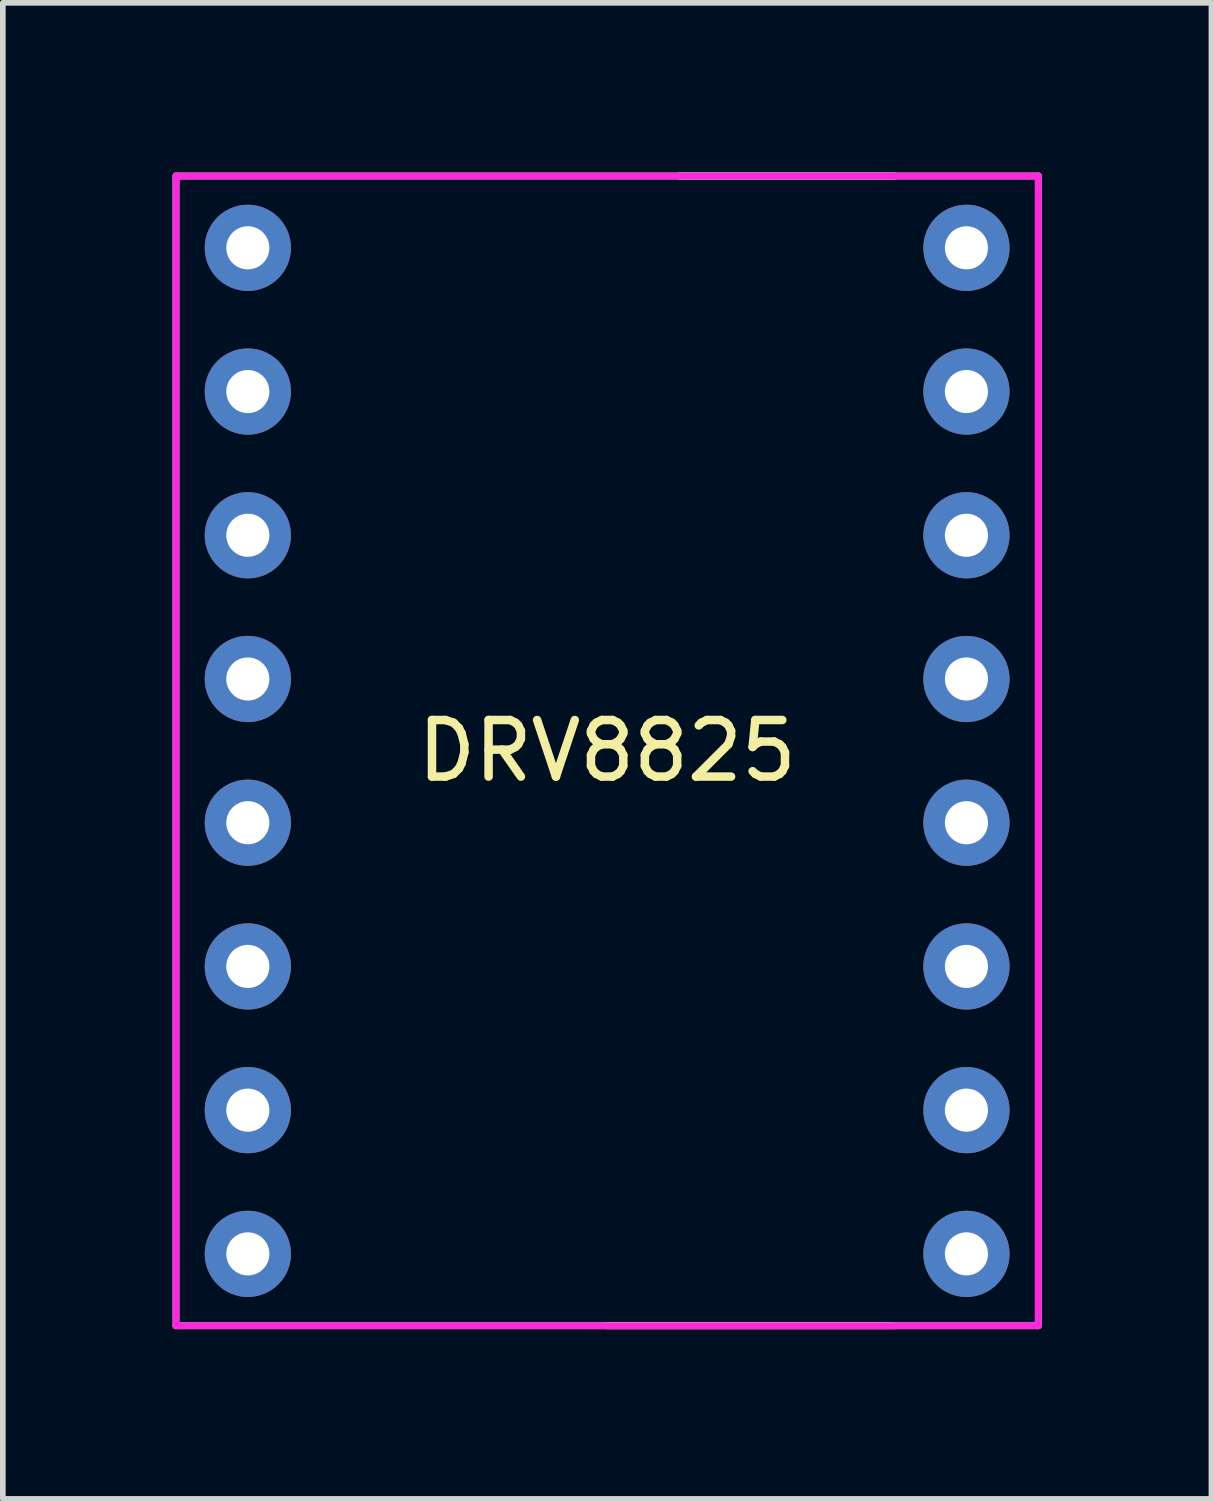
<source format=kicad_pcb>
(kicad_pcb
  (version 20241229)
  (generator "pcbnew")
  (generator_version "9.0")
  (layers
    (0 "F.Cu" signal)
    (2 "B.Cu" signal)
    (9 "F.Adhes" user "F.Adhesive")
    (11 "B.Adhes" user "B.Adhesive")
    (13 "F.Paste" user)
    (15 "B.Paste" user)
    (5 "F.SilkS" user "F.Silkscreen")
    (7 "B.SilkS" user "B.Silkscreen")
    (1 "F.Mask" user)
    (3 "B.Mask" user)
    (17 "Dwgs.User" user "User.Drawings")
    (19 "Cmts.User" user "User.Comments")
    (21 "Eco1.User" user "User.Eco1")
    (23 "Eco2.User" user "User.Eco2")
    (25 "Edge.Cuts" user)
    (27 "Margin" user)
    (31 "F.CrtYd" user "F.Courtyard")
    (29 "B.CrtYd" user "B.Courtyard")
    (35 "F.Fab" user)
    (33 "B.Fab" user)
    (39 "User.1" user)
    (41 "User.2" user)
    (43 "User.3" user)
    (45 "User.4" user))
  (footprint "DRV8825"
    (layer "F.Cu")
    (at 6.41 10.22)
    (property "Reference" "DRV8825" (at 1.27 0 0) (layer "F.SilkS") (effects (font (size 1 1) (thickness 0.15))))
    (attr through_hole)
    (fp_line (start -6.35 -10.16) (end 6.35 -10.16) (stroke (width 0.12) (type solid)) (layer "F.SilkS"))
    (fp_line (start -6.35 10.16) (end -6.35 -10.16) (stroke (width 0.12) (type solid)) (layer "F.SilkS"))
    (fp_line (start 6.35 10.16) (end -6.35 10.16) (stroke (width 0.12) (type solid)) (layer "F.SilkS"))
    (fp_line (start 8.89 -10.16) (end 2.54 -10.16) (stroke (width 0.12) (type solid)) (layer "F.SilkS"))
    (fp_line (start 8.89 -10.16) (end 8.89 10.16) (stroke (width 0.12) (type solid)) (layer "F.SilkS"))
    (fp_line (start 8.89 10.16) (end 1.27 10.16) (stroke (width 0.12) (type solid)) (layer "F.SilkS"))
    (fp_line (start -6.35 -10.16) (end 6.35 -10.16) (stroke (width 0.12) (type solid)) (layer "F.CrtYd"))
    (fp_line (start -6.35 10.16) (end -6.35 -10.16) (stroke (width 0.12) (type solid)) (layer "F.CrtYd"))
    (fp_line (start 6.35 10.16) (end -6.35 10.16) (stroke (width 0.12) (type solid)) (layer "F.CrtYd"))
    (fp_line (start 8.89 -10.16) (end 6.35 -10.16) (stroke (width 0.12) (type solid)) (layer "F.CrtYd"))
    (fp_line (start 8.89 -10.16) (end 8.89 10.16) (stroke (width 0.12) (type solid)) (layer "F.CrtYd"))
    (fp_line (start 8.89 10.16) (end 6.35 10.16) (stroke (width 0.12) (type solid)) (layer "F.CrtYd"))
    (pad "1" thru_hole circle (at 7.62 -8.89) (size 1.524 1.524) (drill 0.762) (layers "*.Cu" "*.Mask"))
    (pad "2" thru_hole circle (at 7.62 -6.35) (size 1.524 1.524) (drill 0.762) (layers "*.Cu" "*.Mask"))
    (pad "3" thru_hole circle (at 7.62 -3.81) (size 1.524 1.524) (drill 0.762) (layers "*.Cu" "*.Mask"))
    (pad "4" thru_hole circle (at 7.62 -1.27) (size 1.524 1.524) (drill 0.762) (layers "*.Cu" "*.Mask"))
    (pad "5" thru_hole circle (at 7.62 1.27) (size 1.524 1.524) (drill 0.762) (layers "*.Cu" "*.Mask"))
    (pad "6" thru_hole circle (at 7.62 3.81) (size 1.524 1.524) (drill 0.762) (layers "*.Cu" "*.Mask"))
    (pad "7" thru_hole circle (at 7.62 6.35) (size 1.524 1.524) (drill 0.762) (layers "*.Cu" "*.Mask"))
    (pad "8" thru_hole circle (at 7.62 8.89) (size 1.524 1.524) (drill 0.762) (layers "*.Cu" "*.Mask"))
    (pad "9" thru_hole circle (at -5.08 -8.89) (size 1.524 1.524) (drill 0.762) (layers "*.Cu" "*.Mask"))
    (pad "10" thru_hole circle (at -5.08 -6.35) (size 1.524 1.524) (drill 0.762) (layers "*.Cu" "*.Mask"))
    (pad "11" thru_hole circle (at -5.08 -3.81) (size 1.524 1.524) (drill 0.762) (layers "*.Cu" "*.Mask"))
    (pad "12" thru_hole circle (at -5.08 -1.27) (size 1.524 1.524) (drill 0.762) (layers "*.Cu" "*.Mask"))
    (pad "13" thru_hole circle (at -5.08 1.27) (size 1.524 1.524) (drill 0.762) (layers "*.Cu" "*.Mask"))
    (pad "14" thru_hole circle (at -5.08 3.81) (size 1.524 1.524) (drill 0.762) (layers "*.Cu" "*.Mask"))
    (pad "15" thru_hole circle (at -5.08 6.35) (size 1.524 1.524) (drill 0.762) (layers "*.Cu" "*.Mask"))
    (pad "16" thru_hole circle (at -5.08 8.89) (size 1.524 1.524) (drill 0.762) (layers "*.Cu" "*.Mask")))
  (gr_rect
    (start -3 -3)
    (end 18.36 23.44)
    (stroke (width 0.1) (type default))
    (fill no)
    (layer "Edge.Cuts")))
</source>
